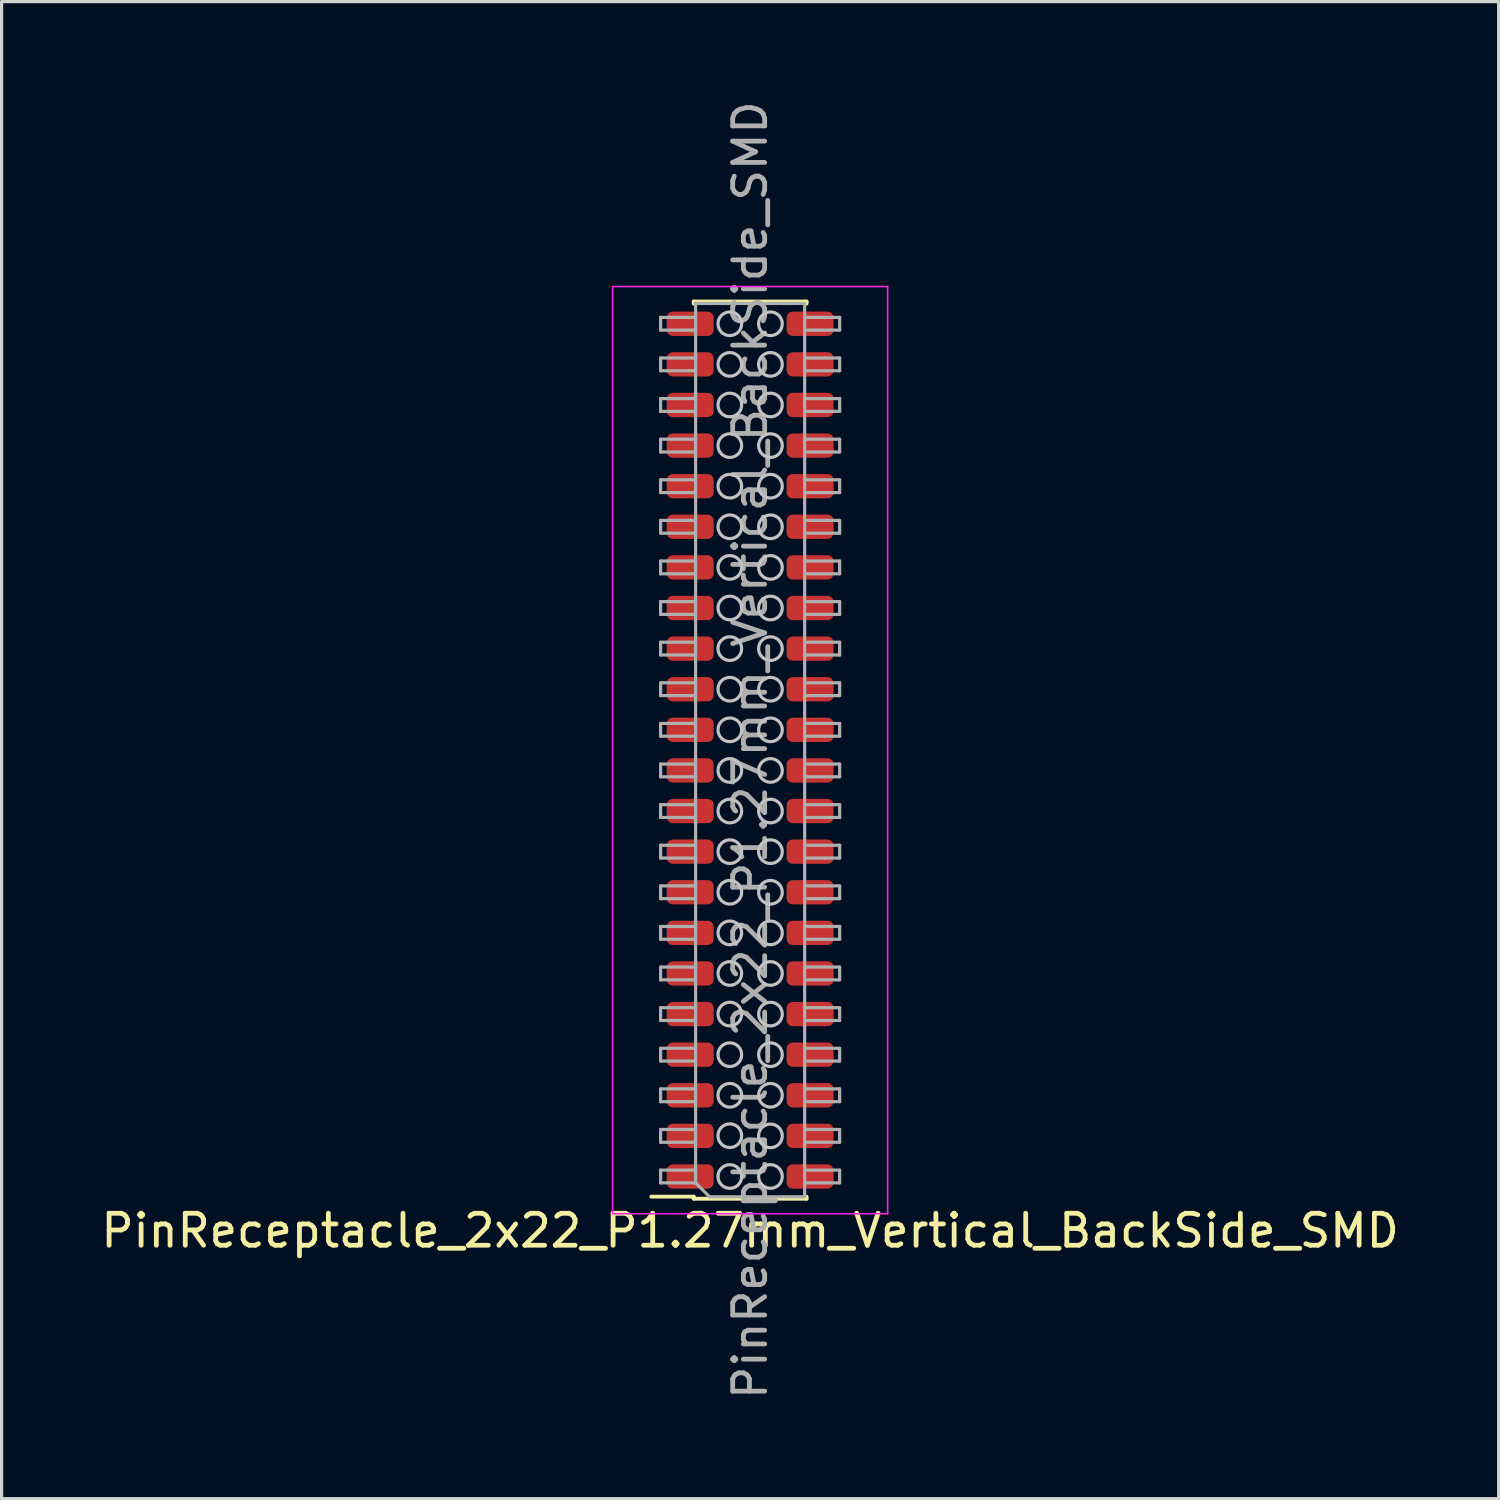
<source format=kicad_pcb>
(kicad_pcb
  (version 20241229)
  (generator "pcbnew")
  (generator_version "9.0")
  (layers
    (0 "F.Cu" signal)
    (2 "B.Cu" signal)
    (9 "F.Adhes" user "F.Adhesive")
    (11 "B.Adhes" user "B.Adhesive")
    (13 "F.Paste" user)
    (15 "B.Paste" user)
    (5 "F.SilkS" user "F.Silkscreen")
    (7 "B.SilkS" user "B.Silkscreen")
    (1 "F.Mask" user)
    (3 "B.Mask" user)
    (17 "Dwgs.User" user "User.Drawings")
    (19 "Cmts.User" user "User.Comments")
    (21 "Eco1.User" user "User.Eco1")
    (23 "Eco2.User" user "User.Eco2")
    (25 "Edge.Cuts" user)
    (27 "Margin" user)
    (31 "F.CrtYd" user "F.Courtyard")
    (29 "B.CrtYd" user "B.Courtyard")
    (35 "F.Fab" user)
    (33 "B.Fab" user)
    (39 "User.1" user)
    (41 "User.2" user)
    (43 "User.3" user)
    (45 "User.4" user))
  (footprint "PinReceptacle_2x22_P1.27mm_Vertical_BackSide_SMD"
    (layer "F.Cu")
    (at 20.411 19.141)
    (property "Reference" "PinReceptacle_2x22_P1.27mm_Vertical_BackSide_SMD" (at 0 16.3 0) (layer "F.SilkS") (effects (font (size 1 1) (thickness 0.15))))
    (attr smd)
    (fp_line (start -3.09 15.235) (end -1.765 15.235) (stroke (width 0.12) (type solid)) (layer "F.SilkS"))
    (fp_line (start -1.765 -12.76) (end 1.765 -12.76) (stroke (width 0.12) (type solid)) (layer "F.SilkS"))
    (fp_line (start -1.765 -12.695) (end -1.765 -12.76) (stroke (width 0.12) (type solid)) (layer "F.SilkS"))
    (fp_line (start -1.765 15.3) (end -1.765 15.235) (stroke (width 0.12) (type solid)) (layer "F.SilkS"))
    (fp_line (start -1.765 15.3) (end 1.765 15.3) (stroke (width 0.12) (type solid)) (layer "F.SilkS"))
    (fp_line (start 1.765 -12.695) (end 1.765 -12.76) (stroke (width 0.12) (type solid)) (layer "F.SilkS"))
    (fp_line (start 1.765 15.3) (end 1.765 15.235) (stroke (width 0.12) (type solid)) (layer "F.SilkS"))
    (fp_circle (center -0.635 -12.065) (end -0.265 -12.065) (stroke (width 0.1) (type solid)) (fill no) (layer "Dwgs.User"))
    (fp_circle (center -0.635 -10.795) (end -0.265 -10.795) (stroke (width 0.1) (type solid)) (fill no) (layer "Dwgs.User"))
    (fp_circle (center -0.635 -9.525) (end -0.265 -9.525) (stroke (width 0.1) (type solid)) (fill no) (layer "Dwgs.User"))
    (fp_circle (center -0.635 -8.255) (end -0.265 -8.255) (stroke (width 0.1) (type solid)) (fill no) (layer "Dwgs.User"))
    (fp_circle (center -0.635 -6.985) (end -0.265 -6.985) (stroke (width 0.1) (type solid)) (fill no) (layer "Dwgs.User"))
    (fp_circle (center -0.635 -5.715) (end -0.265 -5.715) (stroke (width 0.1) (type solid)) (fill no) (layer "Dwgs.User"))
    (fp_circle (center -0.635 -4.445) (end -0.265 -4.445) (stroke (width 0.1) (type solid)) (fill no) (layer "Dwgs.User"))
    (fp_circle (center -0.635 -3.175) (end -0.265 -3.175) (stroke (width 0.1) (type solid)) (fill no) (layer "Dwgs.User"))
    (fp_circle (center -0.635 -1.905) (end -0.265 -1.905) (stroke (width 0.1) (type solid)) (fill no) (layer "Dwgs.User"))
    (fp_circle (center -0.635 -0.635) (end -0.265 -0.635) (stroke (width 0.1) (type solid)) (fill no) (layer "Dwgs.User"))
    (fp_circle (center -0.635 0.635) (end -0.265 0.635) (stroke (width 0.1) (type solid)) (fill no) (layer "Dwgs.User"))
    (fp_circle (center -0.635 1.905) (end -0.265 1.905) (stroke (width 0.1) (type solid)) (fill no) (layer "Dwgs.User"))
    (fp_circle (center -0.635 3.175) (end -0.265 3.175) (stroke (width 0.1) (type solid)) (fill no) (layer "Dwgs.User"))
    (fp_circle (center -0.635 4.445) (end -0.265 4.445) (stroke (width 0.1) (type solid)) (fill no) (layer "Dwgs.User"))
    (fp_circle (center -0.635 5.715) (end -0.265 5.715) (stroke (width 0.1) (type solid)) (fill no) (layer "Dwgs.User"))
    (fp_circle (center -0.635 6.985) (end -0.265 6.985) (stroke (width 0.1) (type solid)) (fill no) (layer "Dwgs.User"))
    (fp_circle (center -0.635 8.255) (end -0.265 8.255) (stroke (width 0.1) (type solid)) (fill no) (layer "Dwgs.User"))
    (fp_circle (center -0.635 9.525) (end -0.265 9.525) (stroke (width 0.1) (type solid)) (fill no) (layer "Dwgs.User"))
    (fp_circle (center -0.635 10.795) (end -0.265 10.795) (stroke (width 0.1) (type solid)) (fill no) (layer "Dwgs.User"))
    (fp_circle (center -0.635 12.065) (end -0.265 12.065) (stroke (width 0.1) (type solid)) (fill no) (layer "Dwgs.User"))
    (fp_circle (center -0.635 13.329) (end -0.265 13.329) (stroke (width 0.1) (type solid)) (fill no) (layer "Dwgs.User"))
    (fp_circle (center -0.635 14.605) (end -0.265 14.605) (stroke (width 0.1) (type solid)) (fill no) (layer "Dwgs.User"))
    (fp_circle (center 0.635 -12.065) (end 1.005 -12.065) (stroke (width 0.1) (type solid)) (fill no) (layer "Dwgs.User"))
    (fp_circle (center 0.635 -10.795) (end 1.005 -10.795) (stroke (width 0.1) (type solid)) (fill no) (layer "Dwgs.User"))
    (fp_circle (center 0.635 -9.525) (end 1.005 -9.525) (stroke (width 0.1) (type solid)) (fill no) (layer "Dwgs.User"))
    (fp_circle (center 0.635 -8.255) (end 1.005 -8.255) (stroke (width 0.1) (type solid)) (fill no) (layer "Dwgs.User"))
    (fp_circle (center 0.635 -6.985) (end 1.005 -6.985) (stroke (width 0.1) (type solid)) (fill no) (layer "Dwgs.User"))
    (fp_circle (center 0.635 -5.715) (end 1.005 -5.715) (stroke (width 0.1) (type solid)) (fill no) (layer "Dwgs.User"))
    (fp_circle (center 0.635 -4.445) (end 1.005 -4.445) (stroke (width 0.1) (type solid)) (fill no) (layer "Dwgs.User"))
    (fp_circle (center 0.635 -3.175) (end 1.005 -3.175) (stroke (width 0.1) (type solid)) (fill no) (layer "Dwgs.User"))
    (fp_circle (center 0.635 -1.905) (end 1.005 -1.905) (stroke (width 0.1) (type solid)) (fill no) (layer "Dwgs.User"))
    (fp_circle (center 0.635 -0.635) (end 1.005 -0.635) (stroke (width 0.1) (type solid)) (fill no) (layer "Dwgs.User"))
    (fp_circle (center 0.635 0.635) (end 1.005 0.635) (stroke (width 0.1) (type solid)) (fill no) (layer "Dwgs.User"))
    (fp_circle (center 0.635 1.905) (end 1.005 1.905) (stroke (width 0.1) (type solid)) (fill no) (layer "Dwgs.User"))
    (fp_circle (center 0.635 3.175) (end 1.005 3.175) (stroke (width 0.1) (type solid)) (fill no) (layer "Dwgs.User"))
    (fp_circle (center 0.635 4.445) (end 1.005 4.445) (stroke (width 0.1) (type solid)) (fill no) (layer "Dwgs.User"))
    (fp_circle (center 0.635 5.715) (end 1.005 5.715) (stroke (width 0.1) (type solid)) (fill no) (layer "Dwgs.User"))
    (fp_circle (center 0.635 6.985) (end 1.005 6.985) (stroke (width 0.1) (type solid)) (fill no) (layer "Dwgs.User"))
    (fp_circle (center 0.635 8.255) (end 1.005 8.255) (stroke (width 0.1) (type solid)) (fill no) (layer "Dwgs.User"))
    (fp_circle (center 0.635 9.525) (end 1.005 9.525) (stroke (width 0.1) (type solid)) (fill no) (layer "Dwgs.User"))
    (fp_circle (center 0.635 10.795) (end 1.005 10.795) (stroke (width 0.1) (type solid)) (fill no) (layer "Dwgs.User"))
    (fp_circle (center 0.635 12.065) (end 1.005 12.065) (stroke (width 0.1) (type solid)) (fill no) (layer "Dwgs.User"))
    (fp_circle (center 0.635 13.335) (end 1.005 13.335) (stroke (width 0.1) (type solid)) (fill no) (layer "Dwgs.User"))
    (fp_circle (center 0.635 14.605) (end 1.005 14.605) (stroke (width 0.1) (type solid)) (fill no) (layer "Dwgs.User"))
    (fp_line (start -4.3 -13.23) (end 4.3 -13.23) (stroke (width 0.05) (type solid)) (layer "F.CrtYd"))
    (fp_line (start -4.3 15.77) (end -4.3 -13.23) (stroke (width 0.05) (type solid)) (layer "F.CrtYd"))
    (fp_line (start 4.3 -13.23) (end 4.3 15.77) (stroke (width 0.05) (type solid)) (layer "F.CrtYd"))
    (fp_line (start 4.3 15.77) (end -4.3 15.77) (stroke (width 0.05) (type solid)) (layer "F.CrtYd"))
    (fp_line (start -2.8 -12.265) (end -1.755 -12.265) (stroke (width 0.1) (type solid)) (layer "F.Fab"))
    (fp_line (start -2.8 -11.865) (end -2.8 -12.265) (stroke (width 0.1) (type solid)) (layer "F.Fab"))
    (fp_line (start -2.8 -10.995) (end -1.755 -10.995) (stroke (width 0.1) (type solid)) (layer "F.Fab"))
    (fp_line (start -2.8 -10.595) (end -2.8 -10.995) (stroke (width 0.1) (type solid)) (layer "F.Fab"))
    (fp_line (start -2.8 -9.725) (end -1.755 -9.725) (stroke (width 0.1) (type solid)) (layer "F.Fab"))
    (fp_line (start -2.8 -9.325) (end -2.8 -9.725) (stroke (width 0.1) (type solid)) (layer "F.Fab"))
    (fp_line (start -2.8 -8.455) (end -1.755 -8.455) (stroke (width 0.1) (type solid)) (layer "F.Fab"))
    (fp_line (start -2.8 -8.055) (end -2.8 -8.455) (stroke (width 0.1) (type solid)) (layer "F.Fab"))
    (fp_line (start -2.8 -7.185) (end -1.755 -7.185) (stroke (width 0.1) (type solid)) (layer "F.Fab"))
    (fp_line (start -2.8 -6.785) (end -2.8 -7.185) (stroke (width 0.1) (type solid)) (layer "F.Fab"))
    (fp_line (start -2.8 -5.915) (end -1.755 -5.915) (stroke (width 0.1) (type solid)) (layer "F.Fab"))
    (fp_line (start -2.8 -5.515) (end -2.8 -5.915) (stroke (width 0.1) (type solid)) (layer "F.Fab"))
    (fp_line (start -2.8 -4.645) (end -1.755 -4.645) (stroke (width 0.1) (type solid)) (layer "F.Fab"))
    (fp_line (start -2.8 -4.245) (end -2.8 -4.645) (stroke (width 0.1) (type solid)) (layer "F.Fab"))
    (fp_line (start -2.8 -3.375) (end -1.755 -3.375) (stroke (width 0.1) (type solid)) (layer "F.Fab"))
    (fp_line (start -2.8 -2.975) (end -2.8 -3.375) (stroke (width 0.1) (type solid)) (layer "F.Fab"))
    (fp_line (start -2.8 -2.105) (end -1.755 -2.105) (stroke (width 0.1) (type solid)) (layer "F.Fab"))
    (fp_line (start -2.8 -1.705) (end -2.8 -2.105) (stroke (width 0.1) (type solid)) (layer "F.Fab"))
    (fp_line (start -2.8 -0.835) (end -1.755 -0.835) (stroke (width 0.1) (type solid)) (layer "F.Fab"))
    (fp_line (start -2.8 -0.435) (end -2.8 -0.835) (stroke (width 0.1) (type solid)) (layer "F.Fab"))
    (fp_line (start -2.8 0.435) (end -1.755 0.435) (stroke (width 0.1) (type solid)) (layer "F.Fab"))
    (fp_line (start -2.8 0.835) (end -2.8 0.435) (stroke (width 0.1) (type solid)) (layer "F.Fab"))
    (fp_line (start -2.8 1.705) (end -1.755 1.705) (stroke (width 0.1) (type solid)) (layer "F.Fab"))
    (fp_line (start -2.8 2.105) (end -2.8 1.705) (stroke (width 0.1) (type solid)) (layer "F.Fab"))
    (fp_line (start -2.8 2.975) (end -1.755 2.975) (stroke (width 0.1) (type solid)) (layer "F.Fab"))
    (fp_line (start -2.8 3.375) (end -2.8 2.975) (stroke (width 0.1) (type solid)) (layer "F.Fab"))
    (fp_line (start -2.8 4.245) (end -1.755 4.245) (stroke (width 0.1) (type solid)) (layer "F.Fab"))
    (fp_line (start -2.8 4.645) (end -2.8 4.245) (stroke (width 0.1) (type solid)) (layer "F.Fab"))
    (fp_line (start -2.8 5.515) (end -1.755 5.515) (stroke (width 0.1) (type solid)) (layer "F.Fab"))
    (fp_line (start -2.8 5.915) (end -2.8 5.515) (stroke (width 0.1) (type solid)) (layer "F.Fab"))
    (fp_line (start -2.8 6.785) (end -1.755 6.785) (stroke (width 0.1) (type solid)) (layer "F.Fab"))
    (fp_line (start -2.8 7.185) (end -2.8 6.785) (stroke (width 0.1) (type solid)) (layer "F.Fab"))
    (fp_line (start -2.8 8.055) (end -1.755 8.055) (stroke (width 0.1) (type solid)) (layer "F.Fab"))
    (fp_line (start -2.8 8.455) (end -2.8 8.055) (stroke (width 0.1) (type solid)) (layer "F.Fab"))
    (fp_line (start -2.8 9.325) (end -1.755 9.325) (stroke (width 0.1) (type solid)) (layer "F.Fab"))
    (fp_line (start -2.8 9.725) (end -2.8 9.325) (stroke (width 0.1) (type solid)) (layer "F.Fab"))
    (fp_line (start -2.8 10.595) (end -1.755 10.595) (stroke (width 0.1) (type solid)) (layer "F.Fab"))
    (fp_line (start -2.8 10.995) (end -2.8 10.595) (stroke (width 0.1) (type solid)) (layer "F.Fab"))
    (fp_line (start -2.8 11.865) (end -1.755 11.865) (stroke (width 0.1) (type solid)) (layer "F.Fab"))
    (fp_line (start -2.8 12.265) (end -2.8 11.865) (stroke (width 0.1) (type solid)) (layer "F.Fab"))
    (fp_line (start -2.8 13.135) (end -1.755 13.135) (stroke (width 0.1) (type solid)) (layer "F.Fab"))
    (fp_line (start -2.8 13.535) (end -2.8 13.135) (stroke (width 0.1) (type solid)) (layer "F.Fab"))
    (fp_line (start -2.8 14.405) (end -1.705 14.405) (stroke (width 0.1) (type solid)) (layer "F.Fab"))
    (fp_line (start -2.8 14.805) (end -2.8 14.405) (stroke (width 0.1) (type solid)) (layer "F.Fab"))
    (fp_line (start -1.755 -11.865) (end -2.8 -11.865) (stroke (width 0.1) (type solid)) (layer "F.Fab"))
    (fp_line (start -1.755 -10.595) (end -2.8 -10.595) (stroke (width 0.1) (type solid)) (layer "F.Fab"))
    (fp_line (start -1.755 -9.325) (end -2.8 -9.325) (stroke (width 0.1) (type solid)) (layer "F.Fab"))
    (fp_line (start -1.755 -8.055) (end -2.8 -8.055) (stroke (width 0.1) (type solid)) (layer "F.Fab"))
    (fp_line (start -1.755 -6.785) (end -2.8 -6.785) (stroke (width 0.1) (type solid)) (layer "F.Fab"))
    (fp_line (start -1.755 -5.515) (end -2.8 -5.515) (stroke (width 0.1) (type solid)) (layer "F.Fab"))
    (fp_line (start -1.755 -4.245) (end -2.8 -4.245) (stroke (width 0.1) (type solid)) (layer "F.Fab"))
    (fp_line (start -1.755 -2.975) (end -2.8 -2.975) (stroke (width 0.1) (type solid)) (layer "F.Fab"))
    (fp_line (start -1.755 -1.705) (end -2.8 -1.705) (stroke (width 0.1) (type solid)) (layer "F.Fab"))
    (fp_line (start -1.755 -0.435) (end -2.8 -0.435) (stroke (width 0.1) (type solid)) (layer "F.Fab"))
    (fp_line (start -1.755 0.835) (end -2.8 0.835) (stroke (width 0.1) (type solid)) (layer "F.Fab"))
    (fp_line (start -1.755 2.105) (end -2.8 2.105) (stroke (width 0.1) (type solid)) (layer "F.Fab"))
    (fp_line (start -1.755 3.375) (end -2.8 3.375) (stroke (width 0.1) (type solid)) (layer "F.Fab"))
    (fp_line (start -1.755 4.645) (end -2.8 4.645) (stroke (width 0.1) (type solid)) (layer "F.Fab"))
    (fp_line (start -1.755 5.915) (end -2.8 5.915) (stroke (width 0.1) (type solid)) (layer "F.Fab"))
    (fp_line (start -1.755 7.185) (end -2.8 7.185) (stroke (width 0.1) (type solid)) (layer "F.Fab"))
    (fp_line (start -1.755 8.455) (end -2.8 8.455) (stroke (width 0.1) (type solid)) (layer "F.Fab"))
    (fp_line (start -1.755 9.725) (end -2.8 9.725) (stroke (width 0.1) (type solid)) (layer "F.Fab"))
    (fp_line (start -1.755 10.995) (end -2.8 10.995) (stroke (width 0.1) (type solid)) (layer "F.Fab"))
    (fp_line (start -1.755 12.265) (end -2.8 12.265) (stroke (width 0.1) (type solid)) (layer "F.Fab"))
    (fp_line (start -1.755 13.535) (end -2.8 13.535) (stroke (width 0.1) (type solid)) (layer "F.Fab"))
    (fp_line (start -1.705 -12.7) (end -1.705 14.805) (stroke (width 0.1) (type solid)) (layer "F.Fab"))
    (fp_line (start -1.705 14.805) (end -2.8 14.805) (stroke (width 0.1) (type solid)) (layer "F.Fab"))
    (fp_line (start -1.705 14.805) (end -1.27 15.24) (stroke (width 0.1) (type solid)) (layer "F.Fab"))
    (fp_line (start -1.27 15.24) (end 1.705 15.24) (stroke (width 0.1) (type solid)) (layer "F.Fab"))
    (fp_line (start 1.705 -12.7) (end -1.705 -12.7) (stroke (width 0.1) (type solid)) (layer "F.Fab"))
    (fp_line (start 1.705 15.24) (end 1.705 -12.7) (stroke (width 0.1) (type solid)) (layer "F.Fab"))
    (fp_line (start 1.755 -11.865) (end 2.8 -11.865) (stroke (width 0.1) (type solid)) (layer "F.Fab"))
    (fp_line (start 1.755 -10.595) (end 2.8 -10.595) (stroke (width 0.1) (type solid)) (layer "F.Fab"))
    (fp_line (start 1.755 -9.325) (end 2.8 -9.325) (stroke (width 0.1) (type solid)) (layer "F.Fab"))
    (fp_line (start 1.755 -8.055) (end 2.8 -8.055) (stroke (width 0.1) (type solid)) (layer "F.Fab"))
    (fp_line (start 1.755 -6.785) (end 2.8 -6.785) (stroke (width 0.1) (type solid)) (layer "F.Fab"))
    (fp_line (start 1.755 -5.515) (end 2.8 -5.515) (stroke (width 0.1) (type solid)) (layer "F.Fab"))
    (fp_line (start 1.755 -4.245) (end 2.8 -4.245) (stroke (width 0.1) (type solid)) (layer "F.Fab"))
    (fp_line (start 1.755 -2.975) (end 2.8 -2.975) (stroke (width 0.1) (type solid)) (layer "F.Fab"))
    (fp_line (start 1.755 -1.705) (end 2.8 -1.705) (stroke (width 0.1) (type solid)) (layer "F.Fab"))
    (fp_line (start 1.755 -0.435) (end 2.8 -0.435) (stroke (width 0.1) (type solid)) (layer "F.Fab"))
    (fp_line (start 1.755 0.835) (end 2.8 0.835) (stroke (width 0.1) (type solid)) (layer "F.Fab"))
    (fp_line (start 1.755 2.105) (end 2.8 2.105) (stroke (width 0.1) (type solid)) (layer "F.Fab"))
    (fp_line (start 1.755 3.375) (end 2.8 3.375) (stroke (width 0.1) (type solid)) (layer "F.Fab"))
    (fp_line (start 1.755 4.645) (end 2.8 4.645) (stroke (width 0.1) (type solid)) (layer "F.Fab"))
    (fp_line (start 1.755 5.915) (end 2.8 5.915) (stroke (width 0.1) (type solid)) (layer "F.Fab"))
    (fp_line (start 1.755 7.185) (end 2.8 7.185) (stroke (width 0.1) (type solid)) (layer "F.Fab"))
    (fp_line (start 1.755 8.455) (end 2.8 8.455) (stroke (width 0.1) (type solid)) (layer "F.Fab"))
    (fp_line (start 1.755 9.725) (end 2.8 9.725) (stroke (width 0.1) (type solid)) (layer "F.Fab"))
    (fp_line (start 1.755 10.995) (end 2.8 10.995) (stroke (width 0.1) (type solid)) (layer "F.Fab"))
    (fp_line (start 1.755 12.265) (end 2.8 12.265) (stroke (width 0.1) (type solid)) (layer "F.Fab"))
    (fp_line (start 1.755 13.535) (end 2.8 13.535) (stroke (width 0.1) (type solid)) (layer "F.Fab"))
    (fp_line (start 1.755 14.805) (end 2.8 14.805) (stroke (width 0.1) (type solid)) (layer "F.Fab"))
    (fp_line (start 2.8 -12.265) (end 1.755 -12.265) (stroke (width 0.1) (type solid)) (layer "F.Fab"))
    (fp_line (start 2.8 -11.865) (end 2.8 -12.265) (stroke (width 0.1) (type solid)) (layer "F.Fab"))
    (fp_line (start 2.8 -10.995) (end 1.755 -10.995) (stroke (width 0.1) (type solid)) (layer "F.Fab"))
    (fp_line (start 2.8 -10.595) (end 2.8 -10.995) (stroke (width 0.1) (type solid)) (layer "F.Fab"))
    (fp_line (start 2.8 -9.725) (end 1.755 -9.725) (stroke (width 0.1) (type solid)) (layer "F.Fab"))
    (fp_line (start 2.8 -9.325) (end 2.8 -9.725) (stroke (width 0.1) (type solid)) (layer "F.Fab"))
    (fp_line (start 2.8 -8.455) (end 1.755 -8.455) (stroke (width 0.1) (type solid)) (layer "F.Fab"))
    (fp_line (start 2.8 -8.055) (end 2.8 -8.455) (stroke (width 0.1) (type solid)) (layer "F.Fab"))
    (fp_line (start 2.8 -7.185) (end 1.755 -7.185) (stroke (width 0.1) (type solid)) (layer "F.Fab"))
    (fp_line (start 2.8 -6.785) (end 2.8 -7.185) (stroke (width 0.1) (type solid)) (layer "F.Fab"))
    (fp_line (start 2.8 -5.915) (end 1.755 -5.915) (stroke (width 0.1) (type solid)) (layer "F.Fab"))
    (fp_line (start 2.8 -5.515) (end 2.8 -5.915) (stroke (width 0.1) (type solid)) (layer "F.Fab"))
    (fp_line (start 2.8 -4.645) (end 1.755 -4.645) (stroke (width 0.1) (type solid)) (layer "F.Fab"))
    (fp_line (start 2.8 -4.245) (end 2.8 -4.645) (stroke (width 0.1) (type solid)) (layer "F.Fab"))
    (fp_line (start 2.8 -3.375) (end 1.755 -3.375) (stroke (width 0.1) (type solid)) (layer "F.Fab"))
    (fp_line (start 2.8 -2.975) (end 2.8 -3.375) (stroke (width 0.1) (type solid)) (layer "F.Fab"))
    (fp_line (start 2.8 -2.105) (end 1.755 -2.105) (stroke (width 0.1) (type solid)) (layer "F.Fab"))
    (fp_line (start 2.8 -1.705) (end 2.8 -2.105) (stroke (width 0.1) (type solid)) (layer "F.Fab"))
    (fp_line (start 2.8 -0.835) (end 1.755 -0.835) (stroke (width 0.1) (type solid)) (layer "F.Fab"))
    (fp_line (start 2.8 -0.435) (end 2.8 -0.835) (stroke (width 0.1) (type solid)) (layer "F.Fab"))
    (fp_line (start 2.8 0.435) (end 1.755 0.435) (stroke (width 0.1) (type solid)) (layer "F.Fab"))
    (fp_line (start 2.8 0.835) (end 2.8 0.435) (stroke (width 0.1) (type solid)) (layer "F.Fab"))
    (fp_line (start 2.8 1.705) (end 1.755 1.705) (stroke (width 0.1) (type solid)) (layer "F.Fab"))
    (fp_line (start 2.8 2.105) (end 2.8 1.705) (stroke (width 0.1) (type solid)) (layer "F.Fab"))
    (fp_line (start 2.8 2.975) (end 1.755 2.975) (stroke (width 0.1) (type solid)) (layer "F.Fab"))
    (fp_line (start 2.8 3.375) (end 2.8 2.975) (stroke (width 0.1) (type solid)) (layer "F.Fab"))
    (fp_line (start 2.8 4.245) (end 1.755 4.245) (stroke (width 0.1) (type solid)) (layer "F.Fab"))
    (fp_line (start 2.8 4.645) (end 2.8 4.245) (stroke (width 0.1) (type solid)) (layer "F.Fab"))
    (fp_line (start 2.8 5.515) (end 1.755 5.515) (stroke (width 0.1) (type solid)) (layer "F.Fab"))
    (fp_line (start 2.8 5.915) (end 2.8 5.515) (stroke (width 0.1) (type solid)) (layer "F.Fab"))
    (fp_line (start 2.8 6.785) (end 1.755 6.785) (stroke (width 0.1) (type solid)) (layer "F.Fab"))
    (fp_line (start 2.8 7.185) (end 2.8 6.785) (stroke (width 0.1) (type solid)) (layer "F.Fab"))
    (fp_line (start 2.8 8.055) (end 1.755 8.055) (stroke (width 0.1) (type solid)) (layer "F.Fab"))
    (fp_line (start 2.8 8.455) (end 2.8 8.055) (stroke (width 0.1) (type solid)) (layer "F.Fab"))
    (fp_line (start 2.8 9.325) (end 1.755 9.325) (stroke (width 0.1) (type solid)) (layer "F.Fab"))
    (fp_line (start 2.8 9.725) (end 2.8 9.325) (stroke (width 0.1) (type solid)) (layer "F.Fab"))
    (fp_line (start 2.8 10.595) (end 1.755 10.595) (stroke (width 0.1) (type solid)) (layer "F.Fab"))
    (fp_line (start 2.8 10.995) (end 2.8 10.595) (stroke (width 0.1) (type solid)) (layer "F.Fab"))
    (fp_line (start 2.8 11.865) (end 1.755 11.865) (stroke (width 0.1) (type solid)) (layer "F.Fab"))
    (fp_line (start 2.8 12.265) (end 2.8 11.865) (stroke (width 0.1) (type solid)) (layer "F.Fab"))
    (fp_line (start 2.8 13.135) (end 1.755 13.135) (stroke (width 0.1) (type solid)) (layer "F.Fab"))
    (fp_line (start 2.8 13.535) (end 2.8 13.135) (stroke (width 0.1) (type solid)) (layer "F.Fab"))
    (fp_line (start 2.8 14.405) (end 1.755 14.405) (stroke (width 0.1) (type solid)) (layer "F.Fab"))
    (fp_line (start 2.8 14.805) (end 2.8 14.405) (stroke (width 0.1) (type solid)) (layer "F.Fab"))
    (fp_text user "${REFERENCE}" (at 0 1.27 270) (layer "F.Fab") (effects (font (size 1 1) (thickness 0.15))))
    (pad "1" smd roundrect (at -1.875 14.605) (size 1.47 0.76) (layers "F.Cu" "F.Mask" "F.Paste") (roundrect_rratio 0.25))
    (pad "2" smd roundrect (at 1.875 14.605) (size 1.47 0.76) (layers "F.Cu" "F.Mask" "F.Paste") (roundrect_rratio 0.25))
    (pad "3" smd roundrect (at -1.875 13.335) (size 1.47 0.76) (layers "F.Cu" "F.Mask" "F.Paste") (roundrect_rratio 0.25))
    (pad "4" smd roundrect (at 1.875 13.335) (size 1.47 0.76) (layers "F.Cu" "F.Mask" "F.Paste") (roundrect_rratio 0.25))
    (pad "5" smd roundrect (at -1.875 12.065) (size 1.47 0.76) (layers "F.Cu" "F.Mask" "F.Paste") (roundrect_rratio 0.25))
    (pad "6" smd roundrect (at 1.875 12.065) (size 1.47 0.76) (layers "F.Cu" "F.Mask" "F.Paste") (roundrect_rratio 0.25))
    (pad "7" smd roundrect (at -1.875 10.795) (size 1.47 0.76) (layers "F.Cu" "F.Mask" "F.Paste") (roundrect_rratio 0.25))
    (pad "8" smd roundrect (at 1.875 10.795) (size 1.47 0.76) (layers "F.Cu" "F.Mask" "F.Paste") (roundrect_rratio 0.25))
    (pad "9" smd roundrect (at -1.875 9.525) (size 1.47 0.76) (layers "F.Cu" "F.Mask" "F.Paste") (roundrect_rratio 0.25))
    (pad "10" smd roundrect (at 1.875 9.525) (size 1.47 0.76) (layers "F.Cu" "F.Mask" "F.Paste") (roundrect_rratio 0.25))
    (pad "11" smd roundrect (at -1.875 8.255) (size 1.47 0.76) (layers "F.Cu" "F.Mask" "F.Paste") (roundrect_rratio 0.25))
    (pad "12" smd roundrect (at 1.875 8.255) (size 1.47 0.76) (layers "F.Cu" "F.Mask" "F.Paste") (roundrect_rratio 0.25))
    (pad "13" smd roundrect (at -1.875 6.985) (size 1.47 0.76) (layers "F.Cu" "F.Mask" "F.Paste") (roundrect_rratio 0.25))
    (pad "14" smd roundrect (at 1.875 6.985) (size 1.47 0.76) (layers "F.Cu" "F.Mask" "F.Paste") (roundrect_rratio 0.25))
    (pad "15" smd roundrect (at -1.875 5.715) (size 1.47 0.76) (layers "F.Cu" "F.Mask" "F.Paste") (roundrect_rratio 0.25))
    (pad "16" smd roundrect (at 1.875 5.715) (size 1.47 0.76) (layers "F.Cu" "F.Mask" "F.Paste") (roundrect_rratio 0.25))
    (pad "17" smd roundrect (at -1.875 4.445) (size 1.47 0.76) (layers "F.Cu" "F.Mask" "F.Paste") (roundrect_rratio 0.25))
    (pad "18" smd roundrect (at 1.875 4.445) (size 1.47 0.76) (layers "F.Cu" "F.Mask" "F.Paste") (roundrect_rratio 0.25))
    (pad "19" smd roundrect (at -1.875 3.175) (size 1.47 0.76) (layers "F.Cu" "F.Mask" "F.Paste") (roundrect_rratio 0.25))
    (pad "20" smd roundrect (at 1.875 3.175) (size 1.47 0.76) (layers "F.Cu" "F.Mask" "F.Paste") (roundrect_rratio 0.25))
    (pad "21" smd roundrect (at -1.875 1.905) (size 1.47 0.76) (layers "F.Cu" "F.Mask" "F.Paste") (roundrect_rratio 0.25))
    (pad "22" smd roundrect (at 1.875 1.905) (size 1.47 0.76) (layers "F.Cu" "F.Mask" "F.Paste") (roundrect_rratio 0.25))
    (pad "23" smd roundrect (at -1.875 0.635) (size 1.47 0.76) (layers "F.Cu" "F.Mask" "F.Paste") (roundrect_rratio 0.25))
    (pad "24" smd roundrect (at 1.875 0.635) (size 1.47 0.76) (layers "F.Cu" "F.Mask" "F.Paste") (roundrect_rratio 0.25))
    (pad "25" smd roundrect (at -1.875 -0.635) (size 1.47 0.76) (layers "F.Cu" "F.Mask" "F.Paste") (roundrect_rratio 0.25))
    (pad "26" smd roundrect (at 1.875 -0.635) (size 1.47 0.76) (layers "F.Cu" "F.Mask" "F.Paste") (roundrect_rratio 0.25))
    (pad "27" smd roundrect (at -1.875 -1.905) (size 1.47 0.76) (layers "F.Cu" "F.Mask" "F.Paste") (roundrect_rratio 0.25))
    (pad "28" smd roundrect (at 1.875 -1.905) (size 1.47 0.76) (layers "F.Cu" "F.Mask" "F.Paste") (roundrect_rratio 0.25))
    (pad "29" smd roundrect (at -1.875 -3.175) (size 1.47 0.76) (layers "F.Cu" "F.Mask" "F.Paste") (roundrect_rratio 0.25))
    (pad "30" smd roundrect (at 1.875 -3.175) (size 1.47 0.76) (layers "F.Cu" "F.Mask" "F.Paste") (roundrect_rratio 0.25))
    (pad "31" smd roundrect (at -1.875 -4.445) (size 1.47 0.76) (layers "F.Cu" "F.Mask" "F.Paste") (roundrect_rratio 0.25))
    (pad "32" smd roundrect (at 1.875 -4.445) (size 1.47 0.76) (layers "F.Cu" "F.Mask" "F.Paste") (roundrect_rratio 0.25))
    (pad "33" smd roundrect (at -1.875 -5.715) (size 1.47 0.76) (layers "F.Cu" "F.Mask" "F.Paste") (roundrect_rratio 0.25))
    (pad "34" smd roundrect (at 1.875 -5.715) (size 1.47 0.76) (layers "F.Cu" "F.Mask" "F.Paste") (roundrect_rratio 0.25))
    (pad "35" smd roundrect (at -1.875 -6.985) (size 1.47 0.76) (layers "F.Cu" "F.Mask" "F.Paste") (roundrect_rratio 0.25))
    (pad "36" smd roundrect (at 1.875 -6.985) (size 1.47 0.76) (layers "F.Cu" "F.Mask" "F.Paste") (roundrect_rratio 0.25))
    (pad "37" smd roundrect (at -1.875 -8.255) (size 1.47 0.76) (layers "F.Cu" "F.Mask" "F.Paste") (roundrect_rratio 0.25))
    (pad "38" smd roundrect (at 1.875 -8.255) (size 1.47 0.76) (layers "F.Cu" "F.Mask" "F.Paste") (roundrect_rratio 0.25))
    (pad "39" smd roundrect (at -1.875 -9.525) (size 1.47 0.76) (layers "F.Cu" "F.Mask" "F.Paste") (roundrect_rratio 0.25))
    (pad "40" smd roundrect (at 1.875 -9.525) (size 1.47 0.76) (layers "F.Cu" "F.Mask" "F.Paste") (roundrect_rratio 0.25))
    (pad "41" smd roundrect (at -1.875 -10.795) (size 1.47 0.76) (layers "F.Cu" "F.Mask" "F.Paste") (roundrect_rratio 0.25))
    (pad "42" smd roundrect (at 1.875 -10.795) (size 1.47 0.76) (layers "F.Cu" "F.Mask" "F.Paste") (roundrect_rratio 0.25))
    (pad "43" smd roundrect (at -1.875 -12.065) (size 1.47 0.76) (layers "F.Cu" "F.Mask" "F.Paste") (roundrect_rratio 0.25))
    (pad "44" smd roundrect (at 1.875 -12.065) (size 1.47 0.76) (layers "F.Cu" "F.Mask" "F.Paste") (roundrect_rratio 0.25))
    (zone (net_name "") (layers "F.Cu" "Dwgs.User") (hatch edge 0.5) (connect_pads) (min_thickness 0.25) (filled_areas_thickness no) (keepout (tracks not_allowed) (vias not_allowed) (pads allowed) (copperpour not_allowed) (footprints allowed)) (placement (enabled no)) (fill) (polygon (pts (xy 19.395 8.219) (xy 19.649 7.965) (xy 19.903 7.965) (xy 20.157 8.219) (xy 20.157 8.473) (xy 19.903 8.727) (xy 19.649 8.727) (xy 19.395 8.473))))
    (zone (net_name "") (layers "F.Cu" "Dwgs.User") (hatch edge 0.5) (connect_pads) (min_thickness 0.25) (filled_areas_thickness no) (keepout (tracks not_allowed) (vias not_allowed) (pads allowed) (copperpour not_allowed) (footprints allowed)) (placement (enabled no)) (fill) (polygon (pts (xy 19.395 9.489) (xy 19.649 9.235) (xy 19.903 9.235) (xy 20.157 9.489) (xy 20.157 9.743) (xy 19.903 9.997) (xy 19.649 9.997) (xy 19.395 9.743))))
    (zone (net_name "") (layers "F.Cu" "Dwgs.User") (hatch edge 0.5) (connect_pads) (min_thickness 0.25) (filled_areas_thickness no) (keepout (tracks not_allowed) (vias not_allowed) (pads allowed) (copperpour not_allowed) (footprints allowed)) (placement (enabled no)) (fill) (polygon (pts (xy 19.395 12.029) (xy 19.649 11.775) (xy 19.903 11.775) (xy 20.157 12.029) (xy 20.157 12.283) (xy 19.903 12.537) (xy 19.649 12.537) (xy 19.395 12.283))))
    (zone (net_name "") (layers "F.Cu" "Dwgs.User") (hatch edge 0.5) (connect_pads) (min_thickness 0.25) (filled_areas_thickness no) (keepout (tracks not_allowed) (vias not_allowed) (pads allowed) (copperpour not_allowed) (footprints allowed)) (placement (enabled no)) (fill) (polygon (pts (xy 19.395 13.299) (xy 19.649 13.045) (xy 19.903 13.045) (xy 20.157 13.299) (xy 20.157 13.553) (xy 19.903 13.807) (xy 19.649 13.807) (xy 19.395 13.553))))
    (zone (net_name "") (layers "F.Cu" "Dwgs.User") (hatch edge 0.5) (connect_pads) (min_thickness 0.25) (filled_areas_thickness no) (keepout (tracks not_allowed) (vias not_allowed) (pads allowed) (copperpour not_allowed) (footprints allowed)) (placement (enabled no)) (fill) (polygon (pts (xy 19.395 15.839) (xy 19.649 15.585) (xy 19.903 15.585) (xy 20.157 15.839) (xy 20.157 16.093) (xy 19.903 16.347) (xy 19.649 16.347) (xy 19.395 16.093))))
    (zone (net_name "") (layers "F.Cu" "Dwgs.User") (hatch edge 0.5) (connect_pads) (min_thickness 0.25) (filled_areas_thickness no) (keepout (tracks not_allowed) (vias not_allowed) (pads allowed) (copperpour not_allowed) (footprints allowed)) (placement (enabled no)) (fill) (polygon (pts (xy 19.395 17.109) (xy 19.649 16.855) (xy 19.903 16.855) (xy 20.157 17.109) (xy 20.157 17.363) (xy 19.903 17.617) (xy 19.649 17.617) (xy 19.395 17.363))))
    (zone (net_name "") (layers "F.Cu" "Dwgs.User") (hatch edge 0.5) (connect_pads) (min_thickness 0.25) (filled_areas_thickness no) (keepout (tracks not_allowed) (vias not_allowed) (pads allowed) (copperpour not_allowed) (footprints allowed)) (placement (enabled no)) (fill) (polygon (pts (xy 19.395 19.649) (xy 19.649 19.395) (xy 19.903 19.395) (xy 20.157 19.649) (xy 20.157 19.903) (xy 19.903 20.157) (xy 19.649 20.157) (xy 19.395 19.903))))
    (zone (net_name "") (layers "F.Cu" "Dwgs.User") (hatch edge 0.5) (connect_pads) (min_thickness 0.25) (filled_areas_thickness no) (keepout (tracks not_allowed) (vias not_allowed) (pads allowed) (copperpour not_allowed) (footprints allowed)) (placement (enabled no)) (fill) (polygon (pts (xy 19.395 20.919) (xy 19.649 20.665) (xy 19.903 20.665) (xy 20.157 20.919) (xy 20.157 21.173) (xy 19.903 21.427) (xy 19.649 21.427) (xy 19.395 21.173))))
    (zone (net_name "") (layers "F.Cu" "Dwgs.User") (hatch edge 0.5) (connect_pads) (min_thickness 0.25) (filled_areas_thickness no) (keepout (tracks not_allowed) (vias not_allowed) (pads allowed) (copperpour not_allowed) (footprints allowed)) (placement (enabled no)) (fill) (polygon (pts (xy 19.395 23.459) (xy 19.649 23.205) (xy 19.903 23.205) (xy 20.157 23.459) (xy 20.157 23.713) (xy 19.903 23.967) (xy 19.649 23.967) (xy 19.395 23.713))))
    (zone (net_name "") (layers "F.Cu" "Dwgs.User") (hatch edge 0.5) (connect_pads) (min_thickness 0.25) (filled_areas_thickness no) (keepout (tracks not_allowed) (vias not_allowed) (pads allowed) (copperpour not_allowed) (footprints allowed)) (placement (enabled no)) (fill) (polygon (pts (xy 19.395 24.729) (xy 19.649 24.475) (xy 19.903 24.475) (xy 20.157 24.729) (xy 20.157 24.983) (xy 19.903 25.237) (xy 19.649 25.237) (xy 19.395 24.983))))
    (zone (net_name "") (layers "F.Cu" "Dwgs.User") (hatch edge 0.5) (connect_pads) (min_thickness 0.25) (filled_areas_thickness no) (keepout (tracks not_allowed) (vias not_allowed) (pads allowed) (copperpour not_allowed) (footprints allowed)) (placement (enabled no)) (fill) (polygon (pts (xy 19.395 27.269) (xy 19.649 27.015) (xy 19.903 27.015) (xy 20.157 27.269) (xy 20.157 27.523) (xy 19.903 27.777) (xy 19.649 27.777) (xy 19.395 27.523))))
    (zone (net_name "") (layers "F.Cu" "Dwgs.User") (hatch edge 0.5) (connect_pads) (min_thickness 0.25) (filled_areas_thickness no) (keepout (tracks not_allowed) (vias not_allowed) (pads allowed) (copperpour not_allowed) (footprints allowed)) (placement (enabled no)) (fill) (polygon (pts (xy 19.395 28.539) (xy 19.649 28.285) (xy 19.903 28.285) (xy 20.157 28.539) (xy 20.157 28.793) (xy 19.903 29.047) (xy 19.649 29.047) (xy 19.395 28.793))))
    (zone (net_name "") (layers "F.Cu" "Dwgs.User") (hatch edge 0.5) (connect_pads) (min_thickness 0.25) (filled_areas_thickness no) (keepout (tracks not_allowed) (vias not_allowed) (pads allowed) (copperpour not_allowed) (footprints allowed)) (placement (enabled no)) (fill) (polygon (pts (xy 19.395 31.079) (xy 19.649 30.825) (xy 19.903 30.825) (xy 20.157 31.079) (xy 20.157 31.333) (xy 19.903 31.587) (xy 19.649 31.587) (xy 19.395 31.333))))
    (zone (net_name "") (layers "F.Cu" "Dwgs.User") (hatch edge 0.5) (connect_pads) (min_thickness 0.25) (filled_areas_thickness no) (keepout (tracks not_allowed) (vias not_allowed) (pads allowed) (copperpour not_allowed) (footprints allowed)) (placement (enabled no)) (fill) (polygon (pts (xy 19.395 32.349) (xy 19.649 32.095) (xy 19.903 32.095) (xy 20.157 32.349) (xy 20.157 32.603) (xy 19.903 32.857) (xy 19.649 32.857) (xy 19.395 32.603))))
    (zone (net_name "") (layers "F.Cu" "Dwgs.User") (hatch edge 0.5) (connect_pads) (min_thickness 0.25) (filled_areas_thickness no) (keepout (tracks not_allowed) (vias not_allowed) (pads allowed) (copperpour not_allowed) (footprints allowed)) (placement (enabled no)) (fill) (polygon (pts (xy 20.665 6.949) (xy 20.919 6.695) (xy 21.173 6.695) (xy 21.427 6.949) (xy 21.427 7.203) (xy 21.173 7.457) (xy 20.919 7.457) (xy 20.665 7.203))))
    (zone (net_name "") (layers "F.Cu" "Dwgs.User") (hatch edge 0.5) (connect_pads) (min_thickness 0.25) (filled_areas_thickness no) (keepout (tracks not_allowed) (vias not_allowed) (pads allowed) (copperpour not_allowed) (footprints allowed)) (placement (enabled no)) (fill) (polygon (pts (xy 20.665 9.489) (xy 20.919 9.235) (xy 21.173 9.235) (xy 21.427 9.489) (xy 21.427 9.743) (xy 21.173 9.997) (xy 20.919 9.997) (xy 20.665 9.743))))
    (zone (net_name "") (layers "F.Cu" "Dwgs.User") (hatch edge 0.5) (connect_pads) (min_thickness 0.25) (filled_areas_thickness no) (keepout (tracks not_allowed) (vias not_allowed) (pads allowed) (copperpour not_allowed) (footprints allowed)) (placement (enabled no)) (fill) (polygon (pts (xy 20.665 10.759) (xy 20.919 10.505) (xy 21.173 10.505) (xy 21.427 10.759) (xy 21.427 11.013) (xy 21.173 11.267) (xy 20.919 11.267) (xy 20.665 11.013))))
    (zone (net_name "") (layers "F.Cu" "Dwgs.User") (hatch edge 0.5) (connect_pads) (min_thickness 0.25) (filled_areas_thickness no) (keepout (tracks not_allowed) (vias not_allowed) (pads allowed) (copperpour not_allowed) (footprints allowed)) (placement (enabled no)) (fill) (polygon (pts (xy 20.665 13.299) (xy 20.919 13.045) (xy 21.173 13.045) (xy 21.427 13.299) (xy 21.427 13.553) (xy 21.173 13.807) (xy 20.919 13.807) (xy 20.665 13.553))))
    (zone (net_name "") (layers "F.Cu" "Dwgs.User") (hatch edge 0.5) (connect_pads) (min_thickness 0.25) (filled_areas_thickness no) (keepout (tracks not_allowed) (vias not_allowed) (pads allowed) (copperpour not_allowed) (footprints allowed)) (placement (enabled no)) (fill) (polygon (pts (xy 20.665 14.569) (xy 20.919 14.315) (xy 21.173 14.315) (xy 21.427 14.569) (xy 21.427 14.823) (xy 21.173 15.077) (xy 20.919 15.077) (xy 20.665 14.823))))
    (zone (net_name "") (layers "F.Cu" "Dwgs.User") (hatch edge 0.5) (connect_pads) (min_thickness 0.25) (filled_areas_thickness no) (keepout (tracks not_allowed) (vias not_allowed) (pads allowed) (copperpour not_allowed) (footprints allowed)) (placement (enabled no)) (fill) (polygon (pts (xy 20.665 17.109) (xy 20.919 16.855) (xy 21.173 16.855) (xy 21.427 17.109) (xy 21.427 17.363) (xy 21.173 17.617) (xy 20.919 17.617) (xy 20.665 17.363))))
    (zone (net_name "") (layers "F.Cu" "Dwgs.User") (hatch edge 0.5) (connect_pads) (min_thickness 0.25) (filled_areas_thickness no) (keepout (tracks not_allowed) (vias not_allowed) (pads allowed) (copperpour not_allowed) (footprints allowed)) (placement (enabled no)) (fill) (polygon (pts (xy 20.665 18.379) (xy 20.919 18.125) (xy 21.173 18.125) (xy 21.427 18.379) (xy 21.427 18.633) (xy 21.173 18.887) (xy 20.919 18.887) (xy 20.665 18.633))))
    (zone (net_name "") (layers "F.Cu" "Dwgs.User") (hatch edge 0.5) (connect_pads) (min_thickness 0.25) (filled_areas_thickness no) (keepout (tracks not_allowed) (vias not_allowed) (pads allowed) (copperpour not_allowed) (footprints allowed)) (placement (enabled no)) (fill) (polygon (pts (xy 20.665 20.919) (xy 20.919 20.665) (xy 21.173 20.665) (xy 21.427 20.919) (xy 21.427 21.173) (xy 21.173 21.427) (xy 20.919 21.427) (xy 20.665 21.173))))
    (zone (net_name "") (layers "F.Cu" "Dwgs.User") (hatch edge 0.5) (connect_pads) (min_thickness 0.25) (filled_areas_thickness no) (keepout (tracks not_allowed) (vias not_allowed) (pads allowed) (copperpour not_allowed) (footprints allowed)) (placement (enabled no)) (fill) (polygon (pts (xy 20.665 22.189) (xy 20.919 21.935) (xy 21.173 21.935) (xy 21.427 22.189) (xy 21.427 22.443) (xy 21.173 22.697) (xy 20.919 22.697) (xy 20.665 22.443))))
    (zone (net_name "") (layers "F.Cu" "Dwgs.User") (hatch edge 0.5) (connect_pads) (min_thickness 0.25) (filled_areas_thickness no) (keepout (tracks not_allowed) (vias not_allowed) (pads allowed) (copperpour not_allowed) (footprints allowed)) (placement (enabled no)) (fill) (polygon (pts (xy 20.665 24.729) (xy 20.919 24.475) (xy 21.173 24.475) (xy 21.427 24.729) (xy 21.427 24.983) (xy 21.173 25.237) (xy 20.919 25.237) (xy 20.665 24.983))))
    (zone (net_name "") (layers "F.Cu" "Dwgs.User") (hatch edge 0.5) (connect_pads) (min_thickness 0.25) (filled_areas_thickness no) (keepout (tracks not_allowed) (vias not_allowed) (pads allowed) (copperpour not_allowed) (footprints allowed)) (placement (enabled no)) (fill) (polygon (pts (xy 20.665 25.999) (xy 20.919 25.745) (xy 21.173 25.745) (xy 21.427 25.999) (xy 21.427 26.253) (xy 21.173 26.507) (xy 20.919 26.507) (xy 20.665 26.253))))
    (zone (net_name "") (layers "F.Cu" "Dwgs.User") (hatch edge 0.5) (connect_pads) (min_thickness 0.25) (filled_areas_thickness no) (keepout (tracks not_allowed) (vias not_allowed) (pads allowed) (copperpour not_allowed) (footprints allowed)) (placement (enabled no)) (fill) (polygon (pts (xy 20.665 28.539) (xy 20.919 28.285) (xy 21.173 28.285) (xy 21.427 28.539) (xy 21.427 28.793) (xy 21.173 29.047) (xy 20.919 29.047) (xy 20.665 28.793))))
    (zone (net_name "") (layers "F.Cu" "Dwgs.User") (hatch edge 0.5) (connect_pads) (min_thickness 0.25) (filled_areas_thickness no) (keepout (tracks not_allowed) (vias not_allowed) (pads allowed) (copperpour not_allowed) (footprints allowed)) (placement (enabled no)) (fill) (polygon (pts (xy 20.665 29.809) (xy 20.919 29.555) (xy 21.173 29.555) (xy 21.427 29.809) (xy 21.427 30.063) (xy 21.173 30.317) (xy 20.919 30.317) (xy 20.665 30.063))))
    (zone (net_name "") (layers "F.Cu" "Dwgs.User") (hatch edge 0.5) (connect_pads) (min_thickness 0.25) (filled_areas_thickness no) (keepout (tracks not_allowed) (vias not_allowed) (pads allowed) (copperpour not_allowed) (footprints allowed)) (placement (enabled no)) (fill) (polygon (pts (xy 20.665 33.619) (xy 20.919 33.365) (xy 21.173 33.365) (xy 21.427 33.619) (xy 21.427 33.873) (xy 21.173 34.127) (xy 20.919 34.127) (xy 20.665 33.873)))))
  (gr_rect
    (start -3 -3)
    (end 43.821 43.821)
    (stroke (width 0.1) (type default))
    (fill no)
    (layer "Edge.Cuts")))
</source>
